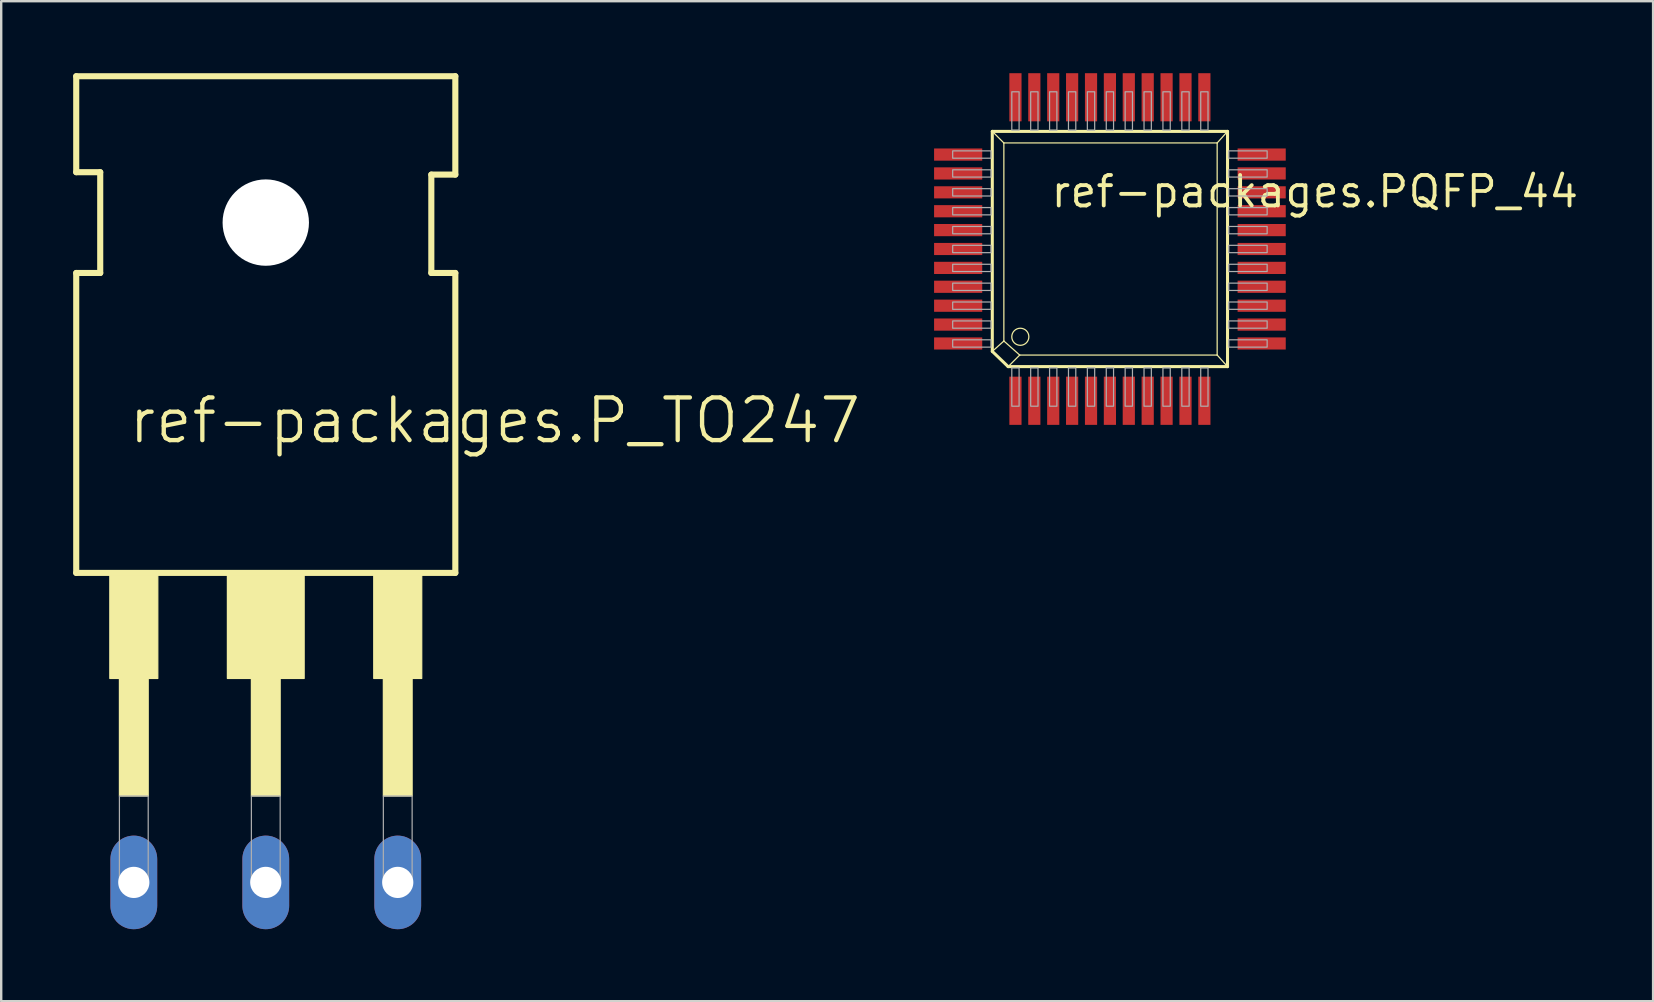
<source format=kicad_pcb>
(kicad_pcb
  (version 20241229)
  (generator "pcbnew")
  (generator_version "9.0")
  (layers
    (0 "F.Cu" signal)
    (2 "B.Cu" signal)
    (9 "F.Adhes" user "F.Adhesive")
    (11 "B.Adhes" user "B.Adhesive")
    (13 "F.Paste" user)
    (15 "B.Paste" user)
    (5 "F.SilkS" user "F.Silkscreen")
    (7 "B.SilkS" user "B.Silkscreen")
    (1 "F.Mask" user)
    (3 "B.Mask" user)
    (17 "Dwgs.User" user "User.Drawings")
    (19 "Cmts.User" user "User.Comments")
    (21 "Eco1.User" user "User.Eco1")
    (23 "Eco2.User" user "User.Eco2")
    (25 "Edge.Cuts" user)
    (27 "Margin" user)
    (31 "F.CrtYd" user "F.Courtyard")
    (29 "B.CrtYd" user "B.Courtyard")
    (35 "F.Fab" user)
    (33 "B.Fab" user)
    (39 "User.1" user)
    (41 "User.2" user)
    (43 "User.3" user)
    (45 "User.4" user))
  (footprint "ref-packages.PQFP_44"
    (layer "F.Cu")
    (at 43.209 6.947)
    (property "Reference" "ref-packages.PQFP_44" (at -2.54 -1.27 0) (layer "F.SilkS") (effects (font (size 1.27 1.27) (thickness 0.16)) (justify left bottom)))
    (attr smd)
    (fp_line (start -4.902 -4.521) (end -4.42 -4.039) (stroke (width 0.051) (type default)) (layer "F.SilkS"))
    (fp_line (start -4.902 4.648) (end -4.902 -4.521) (stroke (width 0.127) (type default)) (layer "F.SilkS"))
    (fp_line (start -4.902 4.648) (end -4.42 4.216) (stroke (width 0.051) (type default)) (layer "F.SilkS"))
    (fp_line (start -4.902 4.648) (end -4.242 5.283) (stroke (width 0.127) (type default)) (layer "F.SilkS"))
    (fp_line (start -4.42 -4.039) (end -4.42 4.216) (stroke (width 0.051) (type default)) (layer "F.SilkS"))
    (fp_line (start -4.42 -4.039) (end 4.47 -4.039) (stroke (width 0.051) (type default)) (layer "F.SilkS"))
    (fp_line (start -4.242 5.283) (end -3.759 4.801) (stroke (width 0.051) (type default)) (layer "F.SilkS"))
    (fp_line (start -4.242 5.283) (end 4.902 5.283) (stroke (width 0.127) (type default)) (layer "F.SilkS"))
    (fp_line (start -3.759 4.801) (end -4.42 4.216) (stroke (width 0.051) (type default)) (layer "F.SilkS"))
    (fp_line (start -3.759 4.801) (end 4.47 4.801) (stroke (width 0.051) (type default)) (layer "F.SilkS"))
    (fp_line (start 4.47 4.801) (end 4.47 -4.039) (stroke (width 0.051) (type default)) (layer "F.SilkS"))
    (fp_line (start 4.902 -4.521) (end -4.902 -4.521) (stroke (width 0.127) (type default)) (layer "F.SilkS"))
    (fp_line (start 4.902 -4.521) (end 4.47 -4.039) (stroke (width 0.051) (type default)) (layer "F.SilkS"))
    (fp_line (start 4.902 5.283) (end 4.47 4.801) (stroke (width 0.051) (type default)) (layer "F.SilkS"))
    (fp_line (start 4.902 5.283) (end 4.902 -4.521) (stroke (width 0.127) (type default)) (layer "F.SilkS"))
    (fp_circle (center -3.734 4.039) (end -3.378 4.039) (stroke (width 0.051) (type default)) (fill no) (layer "F.SilkS"))
    (fp_rect (start -6.553 -3.404) (end -4.953 -3.708) (stroke (width 0.05) (type default)) (fill no) (layer "F.Fab"))
    (fp_rect (start -6.553 -2.616) (end -4.953 -2.921) (stroke (width 0.05) (type default)) (fill no) (layer "F.Fab"))
    (fp_rect (start -6.553 -1.829) (end -4.953 -2.134) (stroke (width 0.05) (type default)) (fill no) (layer "F.Fab"))
    (fp_rect (start -6.553 -1.041) (end -4.953 -1.346) (stroke (width 0.05) (type default)) (fill no) (layer "F.Fab"))
    (fp_rect (start -6.553 -0.254) (end -4.953 -0.559) (stroke (width 0.05) (type default)) (fill no) (layer "F.Fab"))
    (fp_rect (start -6.553 0.533) (end -4.953 0.229) (stroke (width 0.05) (type default)) (fill no) (layer "F.Fab"))
    (fp_rect (start -6.553 1.321) (end -4.953 1.016) (stroke (width 0.05) (type default)) (fill no) (layer "F.Fab"))
    (fp_rect (start -6.553 2.108) (end -4.953 1.803) (stroke (width 0.05) (type default)) (fill no) (layer "F.Fab"))
    (fp_rect (start -6.553 2.896) (end -4.953 2.591) (stroke (width 0.05) (type default)) (fill no) (layer "F.Fab"))
    (fp_rect (start -6.553 3.683) (end -4.953 3.378) (stroke (width 0.05) (type default)) (fill no) (layer "F.Fab"))
    (fp_rect (start -6.553 4.47) (end -4.953 4.166) (stroke (width 0.05) (type default)) (fill no) (layer "F.Fab"))
    (fp_rect (start -4.089 -4.572) (end -3.785 -6.172) (stroke (width 0.05) (type default)) (fill no) (layer "F.Fab"))
    (fp_rect (start -4.089 6.934) (end -3.785 5.334) (stroke (width 0.05) (type default)) (fill no) (layer "F.Fab"))
    (fp_rect (start -3.302 -4.572) (end -2.997 -6.172) (stroke (width 0.05) (type default)) (fill no) (layer "F.Fab"))
    (fp_rect (start -3.302 6.934) (end -2.997 5.334) (stroke (width 0.05) (type default)) (fill no) (layer "F.Fab"))
    (fp_rect (start -2.515 -4.572) (end -2.21 -6.172) (stroke (width 0.05) (type default)) (fill no) (layer "F.Fab"))
    (fp_rect (start -2.515 6.934) (end -2.21 5.334) (stroke (width 0.05) (type default)) (fill no) (layer "F.Fab"))
    (fp_rect (start -1.727 -4.572) (end -1.422 -6.172) (stroke (width 0.05) (type default)) (fill no) (layer "F.Fab"))
    (fp_rect (start -1.727 6.934) (end -1.422 5.334) (stroke (width 0.05) (type default)) (fill no) (layer "F.Fab"))
    (fp_rect (start -0.94 -4.572) (end -0.635 -6.172) (stroke (width 0.05) (type default)) (fill no) (layer "F.Fab"))
    (fp_rect (start -0.94 6.934) (end -0.635 5.334) (stroke (width 0.05) (type default)) (fill no) (layer "F.Fab"))
    (fp_rect (start -0.152 -4.572) (end 0.152 -6.172) (stroke (width 0.05) (type default)) (fill no) (layer "F.Fab"))
    (fp_rect (start -0.152 6.934) (end 0.152 5.334) (stroke (width 0.05) (type default)) (fill no) (layer "F.Fab"))
    (fp_rect (start 0.635 -4.572) (end 0.94 -6.172) (stroke (width 0.05) (type default)) (fill no) (layer "F.Fab"))
    (fp_rect (start 0.635 6.934) (end 0.94 5.334) (stroke (width 0.05) (type default)) (fill no) (layer "F.Fab"))
    (fp_rect (start 1.422 -4.572) (end 1.727 -6.172) (stroke (width 0.05) (type default)) (fill no) (layer "F.Fab"))
    (fp_rect (start 1.422 6.934) (end 1.727 5.334) (stroke (width 0.05) (type default)) (fill no) (layer "F.Fab"))
    (fp_rect (start 2.21 -4.572) (end 2.515 -6.172) (stroke (width 0.05) (type default)) (fill no) (layer "F.Fab"))
    (fp_rect (start 2.21 6.934) (end 2.515 5.334) (stroke (width 0.05) (type default)) (fill no) (layer "F.Fab"))
    (fp_rect (start 2.997 -4.572) (end 3.302 -6.172) (stroke (width 0.05) (type default)) (fill no) (layer "F.Fab"))
    (fp_rect (start 2.997 6.934) (end 3.302 5.334) (stroke (width 0.05) (type default)) (fill no) (layer "F.Fab"))
    (fp_rect (start 3.785 -4.572) (end 4.089 -6.172) (stroke (width 0.05) (type default)) (fill no) (layer "F.Fab"))
    (fp_rect (start 3.785 6.934) (end 4.089 5.334) (stroke (width 0.05) (type default)) (fill no) (layer "F.Fab"))
    (fp_rect (start 4.953 -3.404) (end 6.553 -3.708) (stroke (width 0.05) (type default)) (fill no) (layer "F.Fab"))
    (fp_rect (start 4.953 -2.616) (end 6.553 -2.921) (stroke (width 0.05) (type default)) (fill no) (layer "F.Fab"))
    (fp_rect (start 4.953 -1.829) (end 6.553 -2.134) (stroke (width 0.05) (type default)) (fill no) (layer "F.Fab"))
    (fp_rect (start 4.953 -1.041) (end 6.553 -1.346) (stroke (width 0.05) (type default)) (fill no) (layer "F.Fab"))
    (fp_rect (start 4.953 -0.254) (end 6.553 -0.559) (stroke (width 0.05) (type default)) (fill no) (layer "F.Fab"))
    (fp_rect (start 4.953 0.533) (end 6.553 0.229) (stroke (width 0.05) (type default)) (fill no) (layer "F.Fab"))
    (fp_rect (start 4.953 1.321) (end 6.553 1.016) (stroke (width 0.05) (type default)) (fill no) (layer "F.Fab"))
    (fp_rect (start 4.953 2.108) (end 6.553 1.803) (stroke (width 0.05) (type default)) (fill no) (layer "F.Fab"))
    (fp_rect (start 4.953 2.896) (end 6.553 2.591) (stroke (width 0.05) (type default)) (fill no) (layer "F.Fab"))
    (fp_rect (start 4.953 3.683) (end 6.553 3.378) (stroke (width 0.05) (type default)) (fill no) (layer "F.Fab"))
    (fp_rect (start 4.953 4.47) (end 6.553 4.166) (stroke (width 0.05) (type default)) (fill no) (layer "F.Fab"))
    (pad "1" smd roundrect (at -3.937 6.706) (size 0.508 2.007) (layers "F.Cu" "F.Mask" "F.Paste") (roundrect_rratio 0.01))
    (pad "2" smd roundrect (at -3.15 6.706) (size 0.508 2.007) (layers "F.Cu" "F.Mask" "F.Paste") (roundrect_rratio 0.01))
    (pad "3" smd roundrect (at -2.362 6.706) (size 0.508 2.007) (layers "F.Cu" "F.Mask" "F.Paste") (roundrect_rratio 0.01))
    (pad "4" smd roundrect (at -1.575 6.706) (size 0.508 2.007) (layers "F.Cu" "F.Mask" "F.Paste") (roundrect_rratio 0.01))
    (pad "5" smd roundrect (at -0.787 6.706) (size 0.508 2.007) (layers "F.Cu" "F.Mask" "F.Paste") (roundrect_rratio 0.01))
    (pad "6" smd roundrect (at 0 6.706) (size 0.508 2.007) (layers "F.Cu" "F.Mask" "F.Paste") (roundrect_rratio 0.01))
    (pad "7" smd roundrect (at 0.787 6.706) (size 0.508 2.007) (layers "F.Cu" "F.Mask" "F.Paste") (roundrect_rratio 0.01))
    (pad "8" smd roundrect (at 1.575 6.706) (size 0.508 2.007) (layers "F.Cu" "F.Mask" "F.Paste") (roundrect_rratio 0.01))
    (pad "9" smd roundrect (at 2.362 6.706) (size 0.508 2.007) (layers "F.Cu" "F.Mask" "F.Paste") (roundrect_rratio 0.01))
    (pad "10" smd roundrect (at 3.15 6.706) (size 0.508 2.007) (layers "F.Cu" "F.Mask" "F.Paste") (roundrect_rratio 0.01))
    (pad "11" smd roundrect (at 3.937 6.706) (size 0.508 2.007) (layers "F.Cu" "F.Mask" "F.Paste") (roundrect_rratio 0.01))
    (pad "12" smd roundrect (at 6.325 4.318) (size 2.007 0.508) (layers "F.Cu" "F.Mask" "F.Paste") (roundrect_rratio 0.01))
    (pad "13" smd roundrect (at 6.325 3.531) (size 2.007 0.508) (layers "F.Cu" "F.Mask" "F.Paste") (roundrect_rratio 0.01))
    (pad "14" smd roundrect (at 6.325 2.743) (size 2.007 0.508) (layers "F.Cu" "F.Mask" "F.Paste") (roundrect_rratio 0.01))
    (pad "15" smd roundrect (at 6.325 1.956) (size 2.007 0.508) (layers "F.Cu" "F.Mask" "F.Paste") (roundrect_rratio 0.01))
    (pad "16" smd roundrect (at 6.325 1.168) (size 2.007 0.508) (layers "F.Cu" "F.Mask" "F.Paste") (roundrect_rratio 0.01))
    (pad "17" smd roundrect (at 6.325 0.381) (size 2.007 0.508) (layers "F.Cu" "F.Mask" "F.Paste") (roundrect_rratio 0.01))
    (pad "18" smd roundrect (at 6.325 -0.406) (size 2.007 0.508) (layers "F.Cu" "F.Mask" "F.Paste") (roundrect_rratio 0.01))
    (pad "19" smd roundrect (at 6.325 -1.194) (size 2.007 0.508) (layers "F.Cu" "F.Mask" "F.Paste") (roundrect_rratio 0.01))
    (pad "20" smd roundrect (at 6.325 -1.981) (size 2.007 0.508) (layers "F.Cu" "F.Mask" "F.Paste") (roundrect_rratio 0.01))
    (pad "21" smd roundrect (at 6.325 -2.769) (size 2.007 0.508) (layers "F.Cu" "F.Mask" "F.Paste") (roundrect_rratio 0.01))
    (pad "22" smd roundrect (at 6.325 -3.556) (size 2.007 0.508) (layers "F.Cu" "F.Mask" "F.Paste") (roundrect_rratio 0.01))
    (pad "23" smd roundrect (at 3.937 -5.944) (size 0.508 2.007) (layers "F.Cu" "F.Mask" "F.Paste") (roundrect_rratio 0.01))
    (pad "24" smd roundrect (at 3.15 -5.944) (size 0.508 2.007) (layers "F.Cu" "F.Mask" "F.Paste") (roundrect_rratio 0.01))
    (pad "25" smd roundrect (at 2.362 -5.944) (size 0.508 2.007) (layers "F.Cu" "F.Mask" "F.Paste") (roundrect_rratio 0.01))
    (pad "26" smd roundrect (at 1.575 -5.944) (size 0.508 2.007) (layers "F.Cu" "F.Mask" "F.Paste") (roundrect_rratio 0.01))
    (pad "27" smd roundrect (at 0.787 -5.944) (size 0.508 2.007) (layers "F.Cu" "F.Mask" "F.Paste") (roundrect_rratio 0.01))
    (pad "28" smd roundrect (at 0 -5.944) (size 0.508 2.007) (layers "F.Cu" "F.Mask" "F.Paste") (roundrect_rratio 0.01))
    (pad "29" smd roundrect (at -0.787 -5.944) (size 0.508 2.007) (layers "F.Cu" "F.Mask" "F.Paste") (roundrect_rratio 0.01))
    (pad "30" smd roundrect (at -1.575 -5.944) (size 0.508 2.007) (layers "F.Cu" "F.Mask" "F.Paste") (roundrect_rratio 0.01))
    (pad "31" smd roundrect (at -2.362 -5.944) (size 0.508 2.007) (layers "F.Cu" "F.Mask" "F.Paste") (roundrect_rratio 0.01))
    (pad "32" smd roundrect (at -3.15 -5.944) (size 0.508 2.007) (layers "F.Cu" "F.Mask" "F.Paste") (roundrect_rratio 0.01))
    (pad "33" smd roundrect (at -3.937 -5.944) (size 0.508 2.007) (layers "F.Cu" "F.Mask" "F.Paste") (roundrect_rratio 0.01))
    (pad "34" smd roundrect (at -6.325 -3.556) (size 2.007 0.508) (layers "F.Cu" "F.Mask" "F.Paste") (roundrect_rratio 0.01))
    (pad "35" smd roundrect (at -6.325 -2.769) (size 2.007 0.508) (layers "F.Cu" "F.Mask" "F.Paste") (roundrect_rratio 0.01))
    (pad "36" smd roundrect (at -6.325 -1.981) (size 2.007 0.508) (layers "F.Cu" "F.Mask" "F.Paste") (roundrect_rratio 0.01))
    (pad "37" smd roundrect (at -6.325 -1.194) (size 2.007 0.508) (layers "F.Cu" "F.Mask" "F.Paste") (roundrect_rratio 0.01))
    (pad "38" smd roundrect (at -6.325 -0.406) (size 2.007 0.508) (layers "F.Cu" "F.Mask" "F.Paste") (roundrect_rratio 0.01))
    (pad "39" smd roundrect (at -6.325 0.381) (size 2.007 0.508) (layers "F.Cu" "F.Mask" "F.Paste") (roundrect_rratio 0.01))
    (pad "40" smd roundrect (at -6.325 1.168) (size 2.007 0.508) (layers "F.Cu" "F.Mask" "F.Paste") (roundrect_rratio 0.01))
    (pad "41" smd roundrect (at -6.325 1.956) (size 2.007 0.508) (layers "F.Cu" "F.Mask" "F.Paste") (roundrect_rratio 0.01))
    (pad "42" smd roundrect (at -6.325 2.743) (size 2.007 0.508) (layers "F.Cu" "F.Mask" "F.Paste") (roundrect_rratio 0.01))
    (pad "43" smd roundrect (at -6.325 3.531) (size 2.007 0.508) (layers "F.Cu" "F.Mask" "F.Paste") (roundrect_rratio 0.01))
    (pad "44" smd roundrect (at -6.325 4.318) (size 2.007 0.508) (layers "F.Cu" "F.Mask" "F.Paste") (roundrect_rratio 0.01)))
  (footprint "ref-packages.P_TO247"
    (layer "F.Cu")
    (at 8.027 6.227)
    (property "Reference" "ref-packages.P_TO247" (at -5.81 9.293 0) (layer "F.SilkS") (effects (font (size 1.778 1.778) (thickness 0.18)) (justify left bottom)))
    (attr through_hole)
    (fp_line (start -7.9 -6.1) (end 7.9 -6.1) (stroke (width 0.254) (type default)) (layer "F.SilkS"))
    (fp_line (start -7.9 -2.1) (end -7.9 -6.1) (stroke (width 0.254) (type default)) (layer "F.SilkS"))
    (fp_line (start -7.9 2.1) (end -6.9 2.1) (stroke (width 0.254) (type default)) (layer "F.SilkS"))
    (fp_line (start -7.9 14.6) (end -7.9 2.1) (stroke (width 0.254) (type default)) (layer "F.SilkS"))
    (fp_line (start -6.9 -2.1) (end -7.9 -2.1) (stroke (width 0.254) (type default)) (layer "F.SilkS"))
    (fp_line (start -6.9 2.1) (end -6.9 -2.1) (stroke (width 0.254) (type default)) (layer "F.SilkS"))
    (fp_line (start 6.9 -2) (end 6.9 2.1) (stroke (width 0.254) (type default)) (layer "F.SilkS"))
    (fp_line (start 6.9 2.1) (end 7.9 2.1) (stroke (width 0.254) (type default)) (layer "F.SilkS"))
    (fp_line (start 7.9 -6.1) (end 7.9 -2) (stroke (width 0.254) (type default)) (layer "F.SilkS"))
    (fp_line (start 7.9 -2) (end 6.9 -2) (stroke (width 0.254) (type default)) (layer "F.SilkS"))
    (fp_line (start 7.9 2.1) (end 7.9 14.6) (stroke (width 0.254) (type default)) (layer "F.SilkS"))
    (fp_line (start 7.9 14.6) (end -7.9 14.6) (stroke (width 0.254) (type default)) (layer "F.SilkS"))
    (fp_rect (start -6.5 19) (end -4.5 14.7) (stroke (width 0.05) (type default)) (fill yes) (layer "F.SilkS"))
    (fp_rect (start -6.1 23.9) (end -4.9 19) (stroke (width 0.05) (type default)) (fill yes) (layer "F.SilkS"))
    (fp_rect (start -1.6 19) (end 1.6 14.7) (stroke (width 0.05) (type default)) (fill yes) (layer "F.SilkS"))
    (fp_rect (start -0.6 23.9) (end 0.6 19) (stroke (width 0.05) (type default)) (fill yes) (layer "F.SilkS"))
    (fp_rect (start 4.5 19) (end 6.5 14.7) (stroke (width 0.05) (type default)) (fill yes) (layer "F.SilkS"))
    (fp_rect (start 4.9 23.9) (end 6.1 19) (stroke (width 0.05) (type default)) (fill yes) (layer "F.SilkS"))
    (fp_rect (start -6.1 27.5) (end -4.9 23.9) (stroke (width 0.05) (type default)) (fill no) (layer "F.Fab"))
    (fp_rect (start -0.6 27.5) (end 0.6 23.9) (stroke (width 0.05) (type default)) (fill no) (layer "F.Fab"))
    (fp_rect (start 4.9 27.5) (end 6.1 23.9) (stroke (width 0.05) (type default)) (fill no) (layer "F.Fab"))
    (pad "" np_thru_hole circle (at 0 0) (size 3.6 3.6) (drill 3.6) (layers "*.Cu" "*.Mask"))
    (pad "1" thru_hole oval (at -5.5 27.5 90) (size 3.9 1.95) (drill 1.3) (layers "*.Cu" "*.Mask"))
    (pad "2" thru_hole oval (at 0 27.5 90) (size 3.9 1.95) (drill 1.3) (layers "*.Cu" "*.Mask"))
    (pad "3" thru_hole oval (at 5.5 27.5 90) (size 3.9 1.95) (drill 1.3) (layers "*.Cu" "*.Mask")))
  (gr_rect
    (start -3 -3)
    (end 65.848 38.677)
    (stroke (width 0.1) (type default))
    (fill no)
    (layer "Edge.Cuts")))
</source>
